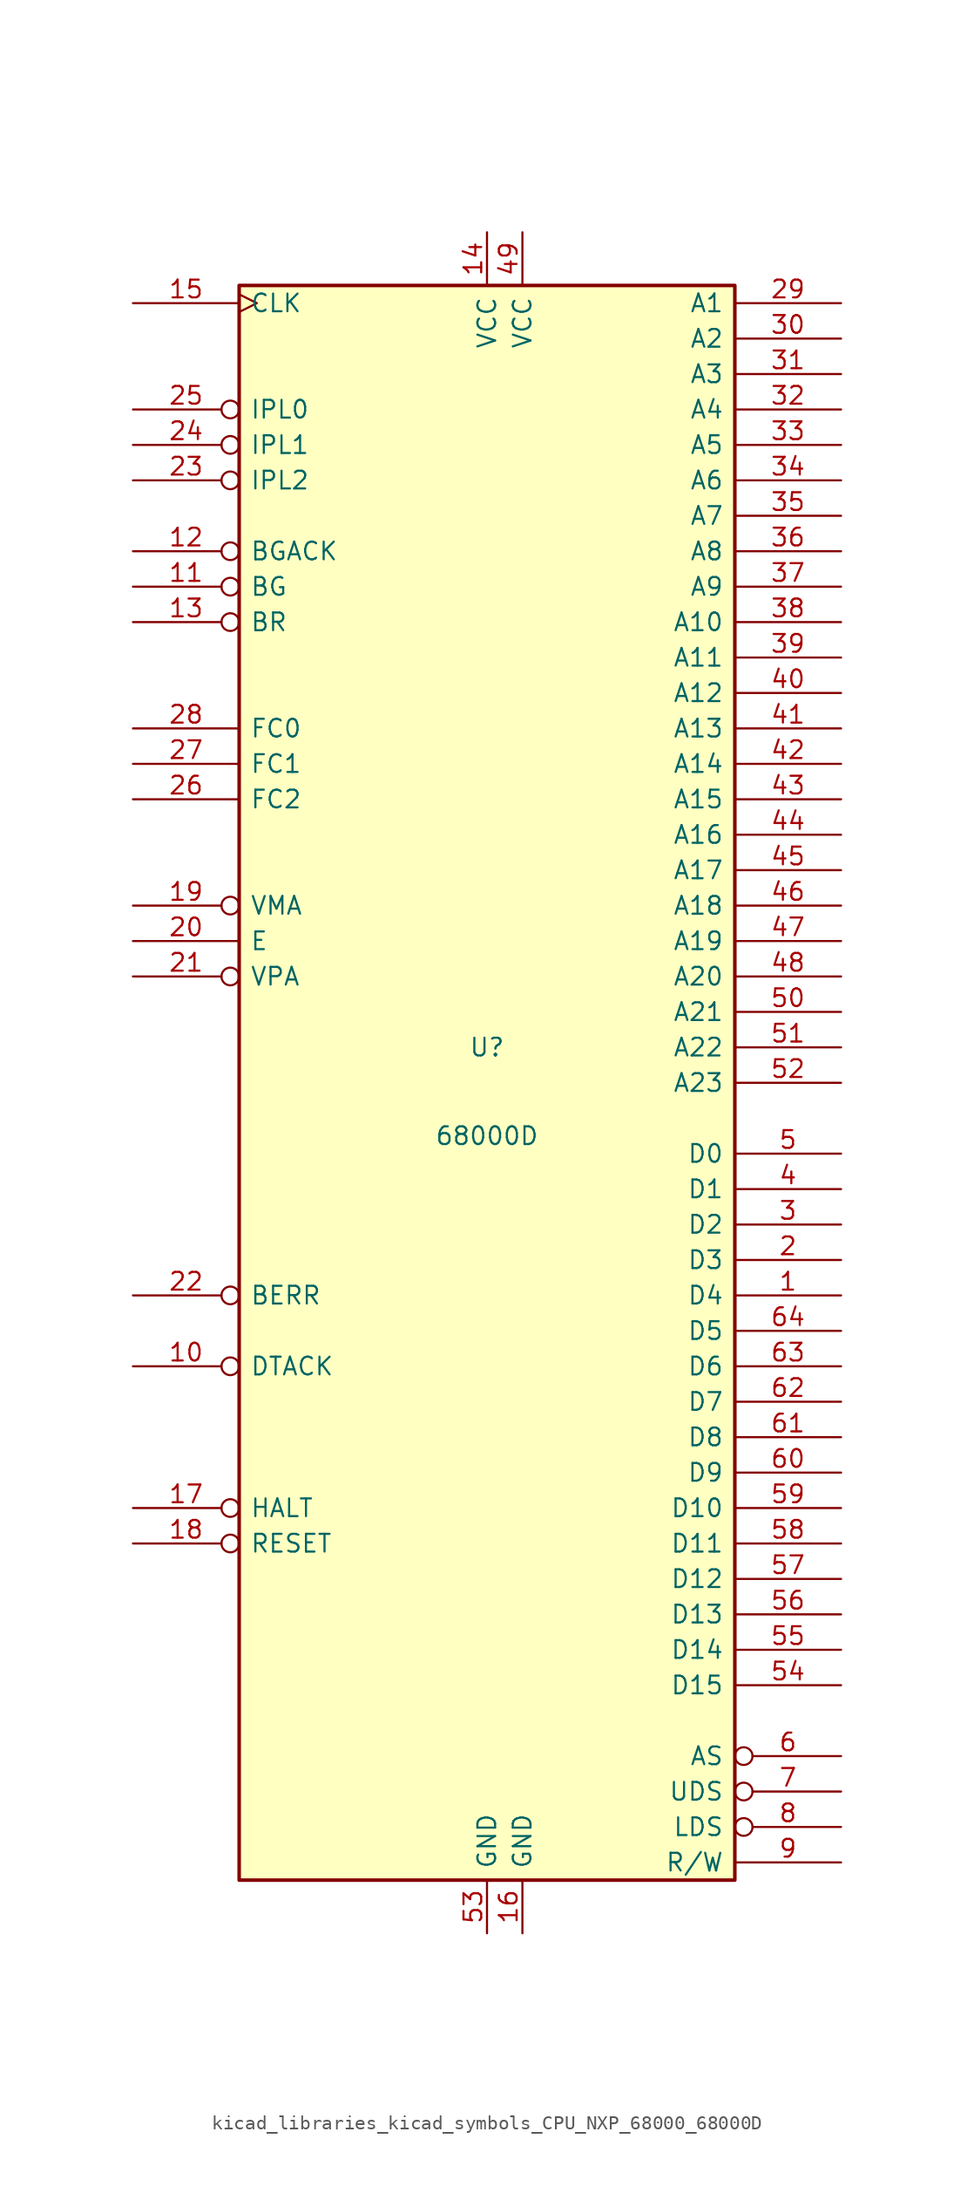
<source format=kicad_sym>
(kicad_symbol_lib
  (version 20220914)
  (generator kicad_symbol_editor)
  (symbol "kicad_libraries_kicad_symbols_CPU_NXP_68000_68000D"
    (pin_names
      (offset 0.762))
    (property "Reference" "U"
      (at 0 2.54 0)
      (effects (font (size 1.27 1.27))))
    (property "Value" "68000D"
      (at 0 -3.81 0)
      (effects (font (size 1.27 1.27))))
    (symbol "kicad_libraries_kicad_symbols_CPU_NXP_68000_68000D_0_1"
      (rectangle (start -17.78 57.15) (end 17.78 -57.15) (stroke (width 0.254) (type default)) (fill (type background))))
    (symbol "kicad_libraries_kicad_symbols_CPU_NXP_68000_68000D_1_1"
      (pin bidirectional line (at 25.4 -15.24 180) (length 7.62) (name "D4" (effects (font (size 1.27 1.27)))) (number "1" (effects (font (size 1.27 1.27)))))
      (pin input inverted (at -25.4 -20.32 0) (length 7.62) (name "DTACK" (effects (font (size 1.27 1.27)))) (number "10" (effects (font (size 1.27 1.27)))))
      (pin output inverted (at -25.4 35.56 0) (length 7.62) (name "BG" (effects (font (size 1.27 1.27)))) (number "11" (effects (font (size 1.27 1.27)))))
      (pin input inverted (at -25.4 38.1 0) (length 7.62) (name "BGACK" (effects (font (size 1.27 1.27)))) (number "12" (effects (font (size 1.27 1.27)))))
      (pin input inverted (at -25.4 33.02 0) (length 7.62) (name "BR" (effects (font (size 1.27 1.27)))) (number "13" (effects (font (size 1.27 1.27)))))
      (pin power_in line (at 0 60.96 270) (length 3.81) (name "VCC" (effects (font (size 1.27 1.27)))) (number "14" (effects (font (size 1.27 1.27)))))
      (pin input clock (at -25.4 55.88 0) (length 7.62) (name "CLK" (effects (font (size 1.27 1.27)))) (number "15" (effects (font (size 1.27 1.27)))))
      (pin power_in line (at 2.54 -60.96 90) (length 3.81) (name "GND" (effects (font (size 1.27 1.27)))) (number "16" (effects (font (size 1.27 1.27)))))
      (pin bidirectional inverted (at -25.4 -30.48 0) (length 7.62) (name "HALT" (effects (font (size 1.27 1.27)))) (number "17" (effects (font (size 1.27 1.27)))))
      (pin bidirectional inverted (at -25.4 -33.02 0) (length 7.62) (name "RESET" (effects (font (size 1.27 1.27)))) (number "18" (effects (font (size 1.27 1.27)))))
      (pin output inverted (at -25.4 12.7 0) (length 7.62) (name "VMA" (effects (font (size 1.27 1.27)))) (number "19" (effects (font (size 1.27 1.27)))))
      (pin bidirectional line (at 25.4 -12.7 180) (length 7.62) (name "D3" (effects (font (size 1.27 1.27)))) (number "2" (effects (font (size 1.27 1.27)))))
      (pin output line (at -25.4 10.16 0) (length 7.62) (name "E" (effects (font (size 1.27 1.27)))) (number "20" (effects (font (size 1.27 1.27)))))
      (pin input inverted (at -25.4 7.62 0) (length 7.62) (name "VPA" (effects (font (size 1.27 1.27)))) (number "21" (effects (font (size 1.27 1.27)))))
      (pin input inverted (at -25.4 -15.24 0) (length 7.62) (name "BERR" (effects (font (size 1.27 1.27)))) (number "22" (effects (font (size 1.27 1.27)))))
      (pin input inverted (at -25.4 43.18 0) (length 7.62) (name "IPL2" (effects (font (size 1.27 1.27)))) (number "23" (effects (font (size 1.27 1.27)))))
      (pin input inverted (at -25.4 45.72 0) (length 7.62) (name "IPL1" (effects (font (size 1.27 1.27)))) (number "24" (effects (font (size 1.27 1.27)))))
      (pin input inverted (at -25.4 48.26 0) (length 7.62) (name "IPL0" (effects (font (size 1.27 1.27)))) (number "25" (effects (font (size 1.27 1.27)))))
      (pin output line (at -25.4 20.32 0) (length 7.62) (name "FC2" (effects (font (size 1.27 1.27)))) (number "26" (effects (font (size 1.27 1.27)))))
      (pin output line (at -25.4 22.86 0) (length 7.62) (name "FC1" (effects (font (size 1.27 1.27)))) (number "27" (effects (font (size 1.27 1.27)))))
      (pin output line (at -25.4 25.4 0) (length 7.62) (name "FC0" (effects (font (size 1.27 1.27)))) (number "28" (effects (font (size 1.27 1.27)))))
      (pin output line (at 25.4 55.88 180) (length 7.62) (name "A1" (effects (font (size 1.27 1.27)))) (number "29" (effects (font (size 1.27 1.27)))))
      (pin bidirectional line (at 25.4 -10.16 180) (length 7.62) (name "D2" (effects (font (size 1.27 1.27)))) (number "3" (effects (font (size 1.27 1.27)))))
      (pin output line (at 25.4 53.34 180) (length 7.62) (name "A2" (effects (font (size 1.27 1.27)))) (number "30" (effects (font (size 1.27 1.27)))))
      (pin output line (at 25.4 50.8 180) (length 7.62) (name "A3" (effects (font (size 1.27 1.27)))) (number "31" (effects (font (size 1.27 1.27)))))
      (pin output line (at 25.4 48.26 180) (length 7.62) (name "A4" (effects (font (size 1.27 1.27)))) (number "32" (effects (font (size 1.27 1.27)))))
      (pin output line (at 25.4 45.72 180) (length 7.62) (name "A5" (effects (font (size 1.27 1.27)))) (number "33" (effects (font (size 1.27 1.27)))))
      (pin output line (at 25.4 43.18 180) (length 7.62) (name "A6" (effects (font (size 1.27 1.27)))) (number "34" (effects (font (size 1.27 1.27)))))
      (pin output line (at 25.4 40.64 180) (length 7.62) (name "A7" (effects (font (size 1.27 1.27)))) (number "35" (effects (font (size 1.27 1.27)))))
      (pin output line (at 25.4 38.1 180) (length 7.62) (name "A8" (effects (font (size 1.27 1.27)))) (number "36" (effects (font (size 1.27 1.27)))))
      (pin output line (at 25.4 35.56 180) (length 7.62) (name "A9" (effects (font (size 1.27 1.27)))) (number "37" (effects (font (size 1.27 1.27)))))
      (pin output line (at 25.4 33.02 180) (length 7.62) (name "A10" (effects (font (size 1.27 1.27)))) (number "38" (effects (font (size 1.27 1.27)))))
      (pin output line (at 25.4 30.48 180) (length 7.62) (name "A11" (effects (font (size 1.27 1.27)))) (number "39" (effects (font (size 1.27 1.27)))))
      (pin bidirectional line (at 25.4 -7.62 180) (length 7.62) (name "D1" (effects (font (size 1.27 1.27)))) (number "4" (effects (font (size 1.27 1.27)))))
      (pin output line (at 25.4 27.94 180) (length 7.62) (name "A12" (effects (font (size 1.27 1.27)))) (number "40" (effects (font (size 1.27 1.27)))))
      (pin output line (at 25.4 25.4 180) (length 7.62) (name "A13" (effects (font (size 1.27 1.27)))) (number "41" (effects (font (size 1.27 1.27)))))
      (pin output line (at 25.4 22.86 180) (length 7.62) (name "A14" (effects (font (size 1.27 1.27)))) (number "42" (effects (font (size 1.27 1.27)))))
      (pin output line (at 25.4 20.32 180) (length 7.62) (name "A15" (effects (font (size 1.27 1.27)))) (number "43" (effects (font (size 1.27 1.27)))))
      (pin output line (at 25.4 17.78 180) (length 7.62) (name "A16" (effects (font (size 1.27 1.27)))) (number "44" (effects (font (size 1.27 1.27)))))
      (pin output line (at 25.4 15.24 180) (length 7.62) (name "A17" (effects (font (size 1.27 1.27)))) (number "45" (effects (font (size 1.27 1.27)))))
      (pin output line (at 25.4 12.7 180) (length 7.62) (name "A18" (effects (font (size 1.27 1.27)))) (number "46" (effects (font (size 1.27 1.27)))))
      (pin output line (at 25.4 10.16 180) (length 7.62) (name "A19" (effects (font (size 1.27 1.27)))) (number "47" (effects (font (size 1.27 1.27)))))
      (pin output line (at 25.4 7.62 180) (length 7.62) (name "A20" (effects (font (size 1.27 1.27)))) (number "48" (effects (font (size 1.27 1.27)))))
      (pin power_in line (at 2.54 60.96 270) (length 3.81) (name "VCC" (effects (font (size 1.27 1.27)))) (number "49" (effects (font (size 1.27 1.27)))))
      (pin bidirectional line (at 25.4 -5.08 180) (length 7.62) (name "D0" (effects (font (size 1.27 1.27)))) (number "5" (effects (font (size 1.27 1.27)))))
      (pin output line (at 25.4 5.08 180) (length 7.62) (name "A21" (effects (font (size 1.27 1.27)))) (number "50" (effects (font (size 1.27 1.27)))))
      (pin output line (at 25.4 2.54 180) (length 7.62) (name "A22" (effects (font (size 1.27 1.27)))) (number "51" (effects (font (size 1.27 1.27)))))
      (pin output line (at 25.4 0 180) (length 7.62) (name "A23" (effects (font (size 1.27 1.27)))) (number "52" (effects (font (size 1.27 1.27)))))
      (pin power_in line (at 0 -60.96 90) (length 3.81) (name "GND" (effects (font (size 1.27 1.27)))) (number "53" (effects (font (size 1.27 1.27)))))
      (pin bidirectional line (at 25.4 -43.18 180) (length 7.62) (name "D15" (effects (font (size 1.27 1.27)))) (number "54" (effects (font (size 1.27 1.27)))))
      (pin bidirectional line (at 25.4 -40.64 180) (length 7.62) (name "D14" (effects (font (size 1.27 1.27)))) (number "55" (effects (font (size 1.27 1.27)))))
      (pin bidirectional line (at 25.4 -38.1 180) (length 7.62) (name "D13" (effects (font (size 1.27 1.27)))) (number "56" (effects (font (size 1.27 1.27)))))
      (pin bidirectional line (at 25.4 -35.56 180) (length 7.62) (name "D12" (effects (font (size 1.27 1.27)))) (number "57" (effects (font (size 1.27 1.27)))))
      (pin bidirectional line (at 25.4 -33.02 180) (length 7.62) (name "D11" (effects (font (size 1.27 1.27)))) (number "58" (effects (font (size 1.27 1.27)))))
      (pin bidirectional line (at 25.4 -30.48 180) (length 7.62) (name "D10" (effects (font (size 1.27 1.27)))) (number "59" (effects (font (size 1.27 1.27)))))
      (pin output inverted (at 25.4 -48.26 180) (length 7.62) (name "AS" (effects (font (size 1.27 1.27)))) (number "6" (effects (font (size 1.27 1.27)))))
      (pin bidirectional line (at 25.4 -27.94 180) (length 7.62) (name "D9" (effects (font (size 1.27 1.27)))) (number "60" (effects (font (size 1.27 1.27)))))
      (pin bidirectional line (at 25.4 -25.4 180) (length 7.62) (name "D8" (effects (font (size 1.27 1.27)))) (number "61" (effects (font (size 1.27 1.27)))))
      (pin bidirectional line (at 25.4 -22.86 180) (length 7.62) (name "D7" (effects (font (size 1.27 1.27)))) (number "62" (effects (font (size 1.27 1.27)))))
      (pin bidirectional line (at 25.4 -20.32 180) (length 7.62) (name "D6" (effects (font (size 1.27 1.27)))) (number "63" (effects (font (size 1.27 1.27)))))
      (pin bidirectional line (at 25.4 -17.78 180) (length 7.62) (name "D5" (effects (font (size 1.27 1.27)))) (number "64" (effects (font (size 1.27 1.27)))))
      (pin output inverted (at 25.4 -50.8 180) (length 7.62) (name "UDS" (effects (font (size 1.27 1.27)))) (number "7" (effects (font (size 1.27 1.27)))))
      (pin output inverted (at 25.4 -53.34 180) (length 7.62) (name "LDS" (effects (font (size 1.27 1.27)))) (number "8" (effects (font (size 1.27 1.27)))))
      (pin output line (at 25.4 -55.88 180) (length 7.62) (name "R/W" (effects (font (size 1.27 1.27)))) (number "9" (effects (font (size 1.27 1.27))))))))
</source>
